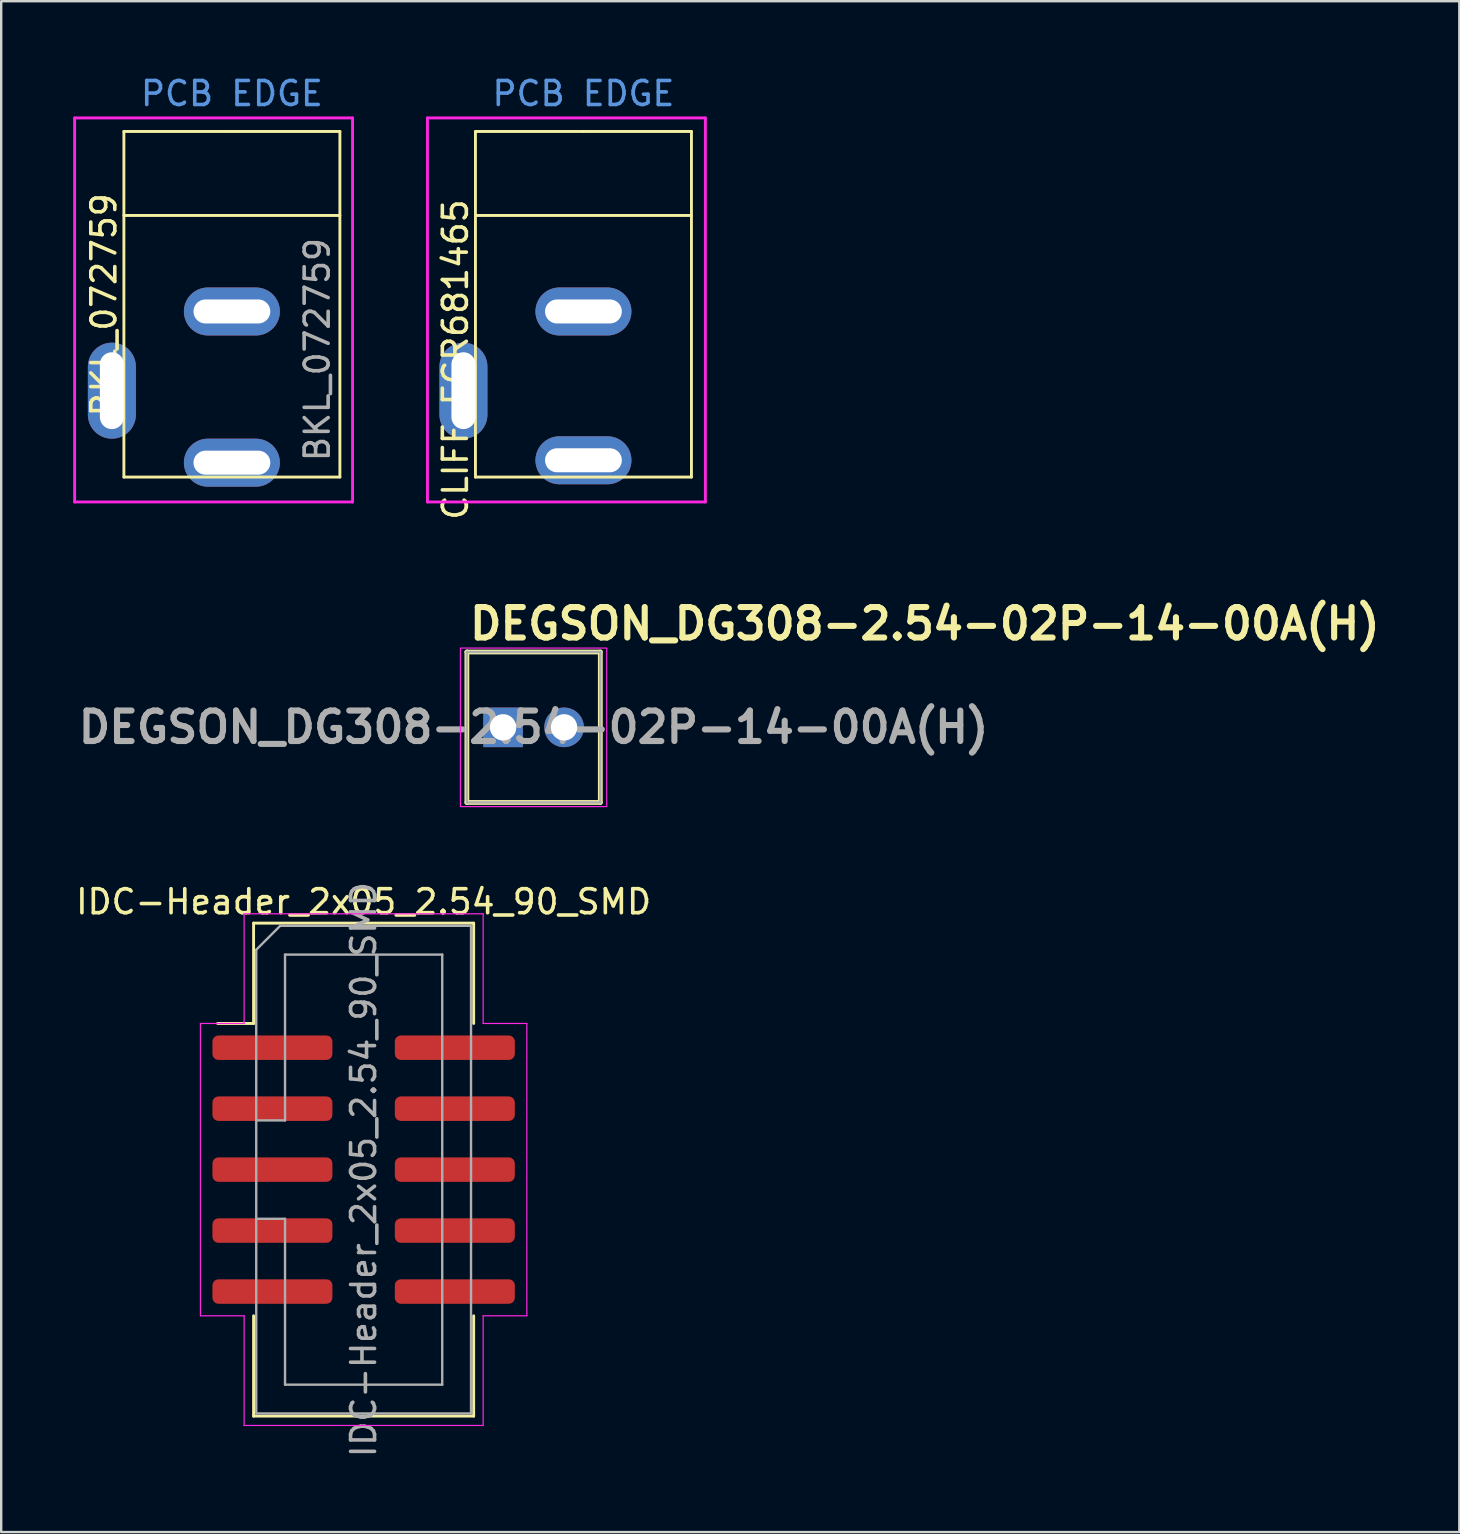
<source format=kicad_pcb>
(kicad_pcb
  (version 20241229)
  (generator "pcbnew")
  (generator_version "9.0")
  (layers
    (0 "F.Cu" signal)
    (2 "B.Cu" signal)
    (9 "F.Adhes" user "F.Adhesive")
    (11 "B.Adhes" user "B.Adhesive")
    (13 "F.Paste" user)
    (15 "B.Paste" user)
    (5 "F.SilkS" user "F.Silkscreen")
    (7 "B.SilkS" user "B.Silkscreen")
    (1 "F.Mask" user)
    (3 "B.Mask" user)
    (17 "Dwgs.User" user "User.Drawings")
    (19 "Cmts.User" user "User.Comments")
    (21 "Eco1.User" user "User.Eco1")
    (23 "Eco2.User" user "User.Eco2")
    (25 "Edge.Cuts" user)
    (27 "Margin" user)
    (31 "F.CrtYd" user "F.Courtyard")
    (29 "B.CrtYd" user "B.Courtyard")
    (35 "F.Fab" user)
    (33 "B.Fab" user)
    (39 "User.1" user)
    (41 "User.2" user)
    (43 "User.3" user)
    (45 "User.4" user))
  (footprint "CLIFF_FCR681465"
    (layer "F.Cu")
    (at 21.26 5.928)
    (property "Reference" "CLIFF_FCR681465" (at -5.334 -0.762 270) (layer "F.SilkS") (effects (font (size 1 1) (thickness 0.15)) (justify right)))
    (attr through_hole)
    (fp_line (start -4.5 -3.5) (end 0 -3.5) (stroke (width 0.12) (type solid)) (layer "F.SilkS"))
    (fp_line (start -4.5 0) (end 4.5 0) (stroke (width 0.12) (type solid)) (layer "F.SilkS"))
    (fp_line (start -4.5 10.9) (end -4.5 -3.5) (stroke (width 0.12) (type solid)) (layer "F.SilkS"))
    (fp_line (start 0 -3.5) (end 4.5 -3.5) (stroke (width 0.12) (type solid)) (layer "F.SilkS"))
    (fp_line (start 4.5 -3.5) (end 4.5 10.9) (stroke (width 0.12) (type solid)) (layer "F.SilkS"))
    (fp_line (start 4.5 10.9) (end -4.5 10.9) (stroke (width 0.12) (type solid)) (layer "F.SilkS"))
    (fp_line (start -6.5 -4.064) (end -6.5 11.938) (stroke (width 0.12) (type solid)) (layer "F.CrtYd"))
    (fp_line (start -6.5 -4.064) (end 5.08 -4.064) (stroke (width 0.12) (type solid)) (layer "F.CrtYd"))
    (fp_line (start -6.5 11.938) (end 5.08 11.938) (stroke (width 0.12) (type solid)) (layer "F.CrtYd"))
    (fp_line (start 5.08 11.938) (end 5.08 -4.064) (stroke (width 0.12) (type solid)) (layer "F.CrtYd"))
    (fp_text user "PCB EDGE" (at 0 -5.08 0) (layer "Cmts.User") (effects (font (size 1 1) (thickness 0.15))))
    (pad "1" thru_hole oval (at 0 10.2) (size 4 2) (drill oval 3.2 1) (layers "*.Cu" "*.Mask"))
    (pad "2" thru_hole oval (at -5 7.3 90) (size 4 2) (drill oval 3.2 1) (layers "*.Cu" "*.Mask"))
    (pad "2" thru_hole oval (at 0 4 180) (size 4 2) (drill oval 3.2 1) (layers "*.Cu" "*.Mask")))
  (footprint "IDC-Header_2x05_2.54_90_SMD"
    (layer "F.Cu")
    (at 12.101 45.684)
    (property "Reference" "IDC-Header_2x05_2.54_90_SMD" (at 0 -11.16 0) (layer "F.SilkS") (effects (font (size 1 1) (thickness 0.15))))
    (attr smd)
    (fp_line (start -4.585 -10.27) (end 4.585 -10.27) (stroke (width 0.12) (type solid)) (layer "F.SilkS"))
    (fp_line (start -4.585 -6.09) (end -6.085 -6.09) (stroke (width 0.12) (type solid)) (layer "F.SilkS"))
    (fp_line (start -4.585 -6.09) (end -4.585 -10.27) (stroke (width 0.12) (type solid)) (layer "F.SilkS"))
    (fp_line (start -4.585 6.09) (end -4.585 10.27) (stroke (width 0.12) (type solid)) (layer "F.SilkS"))
    (fp_line (start -4.585 10.27) (end 4.585 10.27) (stroke (width 0.12) (type solid)) (layer "F.SilkS"))
    (fp_line (start 4.585 -10.27) (end 4.585 -6.09) (stroke (width 0.12) (type solid)) (layer "F.SilkS"))
    (fp_line (start 4.585 10.27) (end 4.585 6.09) (stroke (width 0.12) (type solid)) (layer "F.SilkS"))
    (fp_line (start -6.8 -6.09) (end -6.8 6.09) (stroke (width 0.05) (type solid)) (layer "F.CrtYd"))
    (fp_line (start -6.8 6.09) (end -4.98 6.09) (stroke (width 0.05) (type solid)) (layer "F.CrtYd"))
    (fp_line (start -4.98 -10.66) (end -4.98 -6.09) (stroke (width 0.05) (type solid)) (layer "F.CrtYd"))
    (fp_line (start -4.98 -6.09) (end -6.8 -6.09) (stroke (width 0.05) (type solid)) (layer "F.CrtYd"))
    (fp_line (start -4.98 6.09) (end -4.98 10.66) (stroke (width 0.05) (type solid)) (layer "F.CrtYd"))
    (fp_line (start -4.98 10.66) (end 4.98 10.66) (stroke (width 0.05) (type solid)) (layer "F.CrtYd"))
    (fp_line (start 4.98 -10.66) (end -4.98 -10.66) (stroke (width 0.05) (type solid)) (layer "F.CrtYd"))
    (fp_line (start 4.98 -6.09) (end 4.98 -10.66) (stroke (width 0.05) (type solid)) (layer "F.CrtYd"))
    (fp_line (start 4.98 6.09) (end 6.8 6.09) (stroke (width 0.05) (type solid)) (layer "F.CrtYd"))
    (fp_line (start 4.98 10.66) (end 4.98 6.09) (stroke (width 0.05) (type solid)) (layer "F.CrtYd"))
    (fp_line (start 6.8 -6.09) (end 4.98 -6.09) (stroke (width 0.05) (type solid)) (layer "F.CrtYd"))
    (fp_line (start 6.8 6.09) (end 6.8 -6.09) (stroke (width 0.05) (type solid)) (layer "F.CrtYd"))
    (fp_line (start -4.475 -9.16) (end -3.475 -10.16) (stroke (width 0.1) (type solid)) (layer "F.Fab"))
    (fp_line (start -4.475 -2.05) (end -3.275 -2.05) (stroke (width 0.1) (type solid)) (layer "F.Fab"))
    (fp_line (start -4.475 10.16) (end -4.475 -9.16) (stroke (width 0.1) (type solid)) (layer "F.Fab"))
    (fp_line (start -3.475 -10.16) (end 4.475 -10.16) (stroke (width 0.1) (type solid)) (layer "F.Fab"))
    (fp_line (start -3.275 -8.96) (end 3.275 -8.96) (stroke (width 0.1) (type solid)) (layer "F.Fab"))
    (fp_line (start -3.275 -2.05) (end -3.275 -8.96) (stroke (width 0.1) (type solid)) (layer "F.Fab"))
    (fp_line (start -3.275 2.05) (end -4.475 2.05) (stroke (width 0.1) (type solid)) (layer "F.Fab"))
    (fp_line (start -3.275 8.96) (end -3.275 2.05) (stroke (width 0.1) (type solid)) (layer "F.Fab"))
    (fp_line (start 3.275 -8.96) (end 3.275 8.96) (stroke (width 0.1) (type solid)) (layer "F.Fab"))
    (fp_line (start 3.275 8.96) (end -3.275 8.96) (stroke (width 0.1) (type solid)) (layer "F.Fab"))
    (fp_line (start 4.475 -10.16) (end 4.475 10.16) (stroke (width 0.1) (type solid)) (layer "F.Fab"))
    (fp_line (start 4.475 10.16) (end -4.475 10.16) (stroke (width 0.1) (type solid)) (layer "F.Fab"))
    (fp_text user "${REFERENCE}" (at 0 0 90) (layer "F.Fab") (effects (font (size 1 1) (thickness 0.15))))
    (pad "1" smd roundrect (at -3.8 -5.08) (size 5 1.02) (layers "F.Cu" "F.Mask" "F.Paste") (roundrect_rratio 0.245))
    (pad "2" smd roundrect (at 3.8 -5.08) (size 5 1.02) (layers "F.Cu" "F.Mask" "F.Paste") (roundrect_rratio 0.245))
    (pad "3" smd roundrect (at -3.8 -2.54) (size 5 1.02) (layers "F.Cu" "F.Mask" "F.Paste") (roundrect_rratio 0.245))
    (pad "4" smd roundrect (at 3.8 -2.54) (size 5 1.02) (layers "F.Cu" "F.Mask" "F.Paste") (roundrect_rratio 0.245))
    (pad "5" smd roundrect (at -3.8 0) (size 5 1.02) (layers "F.Cu" "F.Mask" "F.Paste") (roundrect_rratio 0.245))
    (pad "6" smd roundrect (at 3.8 0) (size 5 1.02) (layers "F.Cu" "F.Mask" "F.Paste") (roundrect_rratio 0.245))
    (pad "7" smd roundrect (at -3.8 2.54) (size 5 1.02) (layers "F.Cu" "F.Mask" "F.Paste") (roundrect_rratio 0.245))
    (pad "8" smd roundrect (at 3.8 2.54) (size 5 1.02) (layers "F.Cu" "F.Mask" "F.Paste") (roundrect_rratio 0.245))
    (pad "9" smd roundrect (at -3.8 5.08) (size 5 1.02) (layers "F.Cu" "F.Mask" "F.Paste") (roundrect_rratio 0.245))
    (pad "10" smd roundrect (at 3.8 5.08) (size 5 1.02) (layers "F.Cu" "F.Mask" "F.Paste") (roundrect_rratio 0.245)))
  (footprint "DEGSON_DG308-2.54-02P-14-00A(H)"
    (layer "F.Cu")
    (at 17.913 27.256)
    (property "Reference" "DEGSON_DG308-2.54-02P-14-00A(H)" (at -1.524 -4.318 0) (layer "F.SilkS") (effects (font (size 1.27 1.27) (thickness 0.254)) (justify left)))
    (attr through_hole)
    (fp_line (start -1.51 -3.14) (end 4.05 -3.14) (stroke (width 0.2) (type solid)) (layer "F.SilkS"))
    (fp_line (start -1.51 3.13) (end -1.51 -3.14) (stroke (width 0.2) (type solid)) (layer "F.SilkS"))
    (fp_line (start 4.05 -3.14) (end 4.05 3.13) (stroke (width 0.2) (type solid)) (layer "F.SilkS"))
    (fp_line (start 4.05 3.13) (end -1.51 3.13) (stroke (width 0.2) (type solid)) (layer "F.SilkS"))
    (fp_rect (start -1.778 -3.302) (end 4.318 3.302) (stroke (width 0.05) (type default)) (fill no) (layer "F.CrtYd"))
    (fp_line (start -1.51 -3.14) (end 4.05 -3.14) (stroke (width 0.1) (type solid)) (layer "F.Fab"))
    (fp_line (start -1.51 3.13) (end -1.51 -3.14) (stroke (width 0.1) (type solid)) (layer "F.Fab"))
    (fp_line (start 4.05 -3.14) (end 4.05 3.13) (stroke (width 0.1) (type solid)) (layer "F.Fab"))
    (fp_line (start 4.05 3.13) (end -1.51 3.13) (stroke (width 0.1) (type solid)) (layer "F.Fab"))
    (fp_text user "${REFERENCE}" (at 1.27 -0.005 0) (layer "F.Fab") (effects (font (size 1.27 1.27) (thickness 0.254))))
    (pad "1" thru_hole rect (at 0 0) (size 1.65 1.65) (drill 1.1) (layers "*.Cu" "*.Mask"))
    (pad "2" thru_hole circle (at 2.54 0) (size 1.65 1.65) (drill 1.1) (layers "*.Cu" "*.Mask")))
  (footprint "BKL_072759"
    (layer "F.Cu")
    (at 6.612 5.928)
    (property "Reference" "BKL_072759" (at -5.334 -1.016 270) (layer "F.SilkS") (effects (font (size 1 1) (thickness 0.15)) (justify right)))
    (attr through_hole)
    (fp_line (start -4.5 -3.5) (end 0 -3.5) (stroke (width 0.12) (type solid)) (layer "F.SilkS"))
    (fp_line (start -4.5 0) (end 4.5 0) (stroke (width 0.12) (type solid)) (layer "F.SilkS"))
    (fp_line (start -4.5 10.9) (end -4.5 -3.5) (stroke (width 0.12) (type solid)) (layer "F.SilkS"))
    (fp_line (start 0 -3.5) (end 4.5 -3.5) (stroke (width 0.12) (type solid)) (layer "F.SilkS"))
    (fp_line (start 4.5 -3.5) (end 4.5 10.9) (stroke (width 0.12) (type solid)) (layer "F.SilkS"))
    (fp_line (start 4.5 10.9) (end -4.5 10.9) (stroke (width 0.12) (type solid)) (layer "F.SilkS"))
    (fp_line (start -6.552 -4.064) (end -6.552 11.938) (stroke (width 0.12) (type solid)) (layer "F.CrtYd"))
    (fp_line (start -6.552 -4.064) (end 5.028 -4.064) (stroke (width 0.12) (type solid)) (layer "F.CrtYd"))
    (fp_line (start -6.552 11.938) (end 5.028 11.938) (stroke (width 0.12) (type solid)) (layer "F.CrtYd"))
    (fp_line (start 5.028 11.938) (end 5.028 -4.064) (stroke (width 0.12) (type solid)) (layer "F.CrtYd"))
    (fp_text user "PCB EDGE" (at 0 -5.08 0) (layer "Cmts.User") (effects (font (size 1 1) (thickness 0.15))))
    (fp_text user "${REFERENCE}" (at 3.556 5.588 90) (layer "F.Fab") (effects (font (size 1 1) (thickness 0.15))))
    (pad "1" thru_hole oval (at 0 10.3) (size 4 2) (drill oval 3.2 1) (layers "*.Cu" "*.Mask"))
    (pad "2" thru_hole oval (at -5 7.3 90) (size 4 2) (drill oval 3.2 1) (layers "*.Cu" "*.Mask"))
    (pad "2" thru_hole oval (at 0 4 180) (size 4 2) (drill oval 3.2 1) (layers "*.Cu" "*.Mask")))
  (gr_rect
    (start -3 -3)
    (end 57.755 60.786)
    (stroke (width 0.1) (type default))
    (fill no)
    (layer "Edge.Cuts")))
</source>
